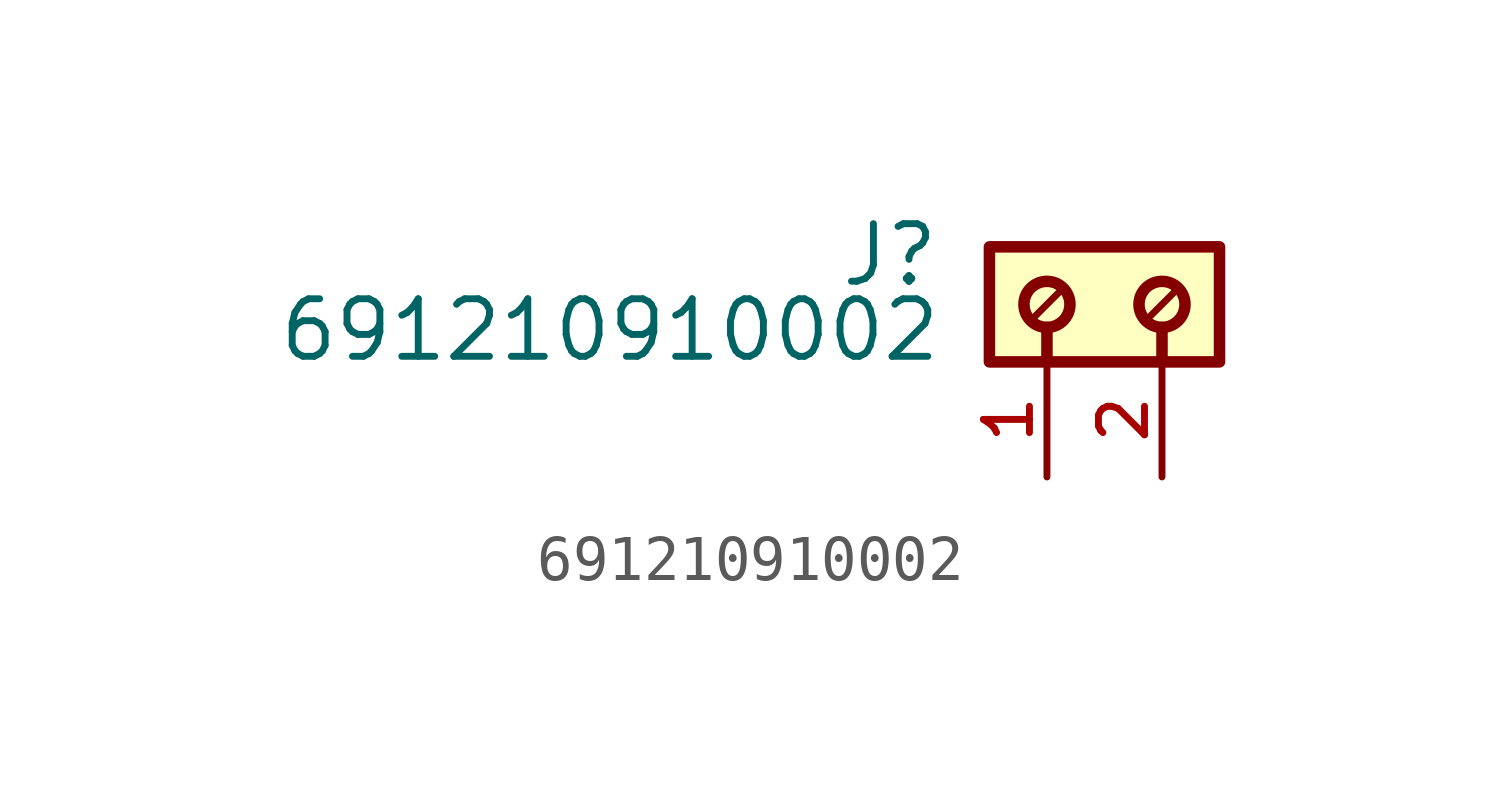
<source format=kicad_sym>
(kicad_symbol_lib
  (version 20211014)
  (generator kicad_symbol_editor)
  (symbol "691210910002"
    (pin_names
      (offset 1.016))
    (property "Reference" "J"
      (at -4.88 -0.922 0)
      (effects (font (size 1.27 1.27)) (justify bottom right)))
    (property "Value" "691210910002"
      (at -4.83 -2.58 0)
      (effects (font (size 1.27 1.27)) (justify bottom right)))
    (symbol "691210910002_0_0"
      (polyline (pts (xy -2.54 -1.778) (xy -2.54 -2.54)) (stroke (width 0.254)))
      (polyline (pts (xy 0.0 -1.778) (xy 0.0 -2.54)) (stroke (width 0.254)))
      (polyline (pts (xy -2.286 -1.016) (xy -2.794 -1.524)) (stroke (width 0.152)))
      (polyline (pts (xy 0.254 -1.016) (xy -0.254 -1.524)) (stroke (width 0.152)))
      (circle (center -2.54 -1.27) (radius 0.508) (stroke (width 0.254)) (fill (type none)))
      (circle (center 0.0 -1.27) (radius 0.508) (stroke (width 0.254)) (fill (type none)))
      (rectangle (start -3.81 -2.54) (end 1.27 -2.22044604925e-16) (stroke (width 0.254)) (fill (type background)))
      (pin passive line (at -2.54 -5.08 90.0) (length 2.54) (name "~" (effects (font (size 1.016 1.016)))) (number "1" (effects (font (size 1.016 1.016)))))
      (pin passive line (at 0.0 -5.08 90.0) (length 2.54) (name "~" (effects (font (size 1.016 1.016)))) (number "2" (effects (font (size 1.016 1.016))))))))
</source>
